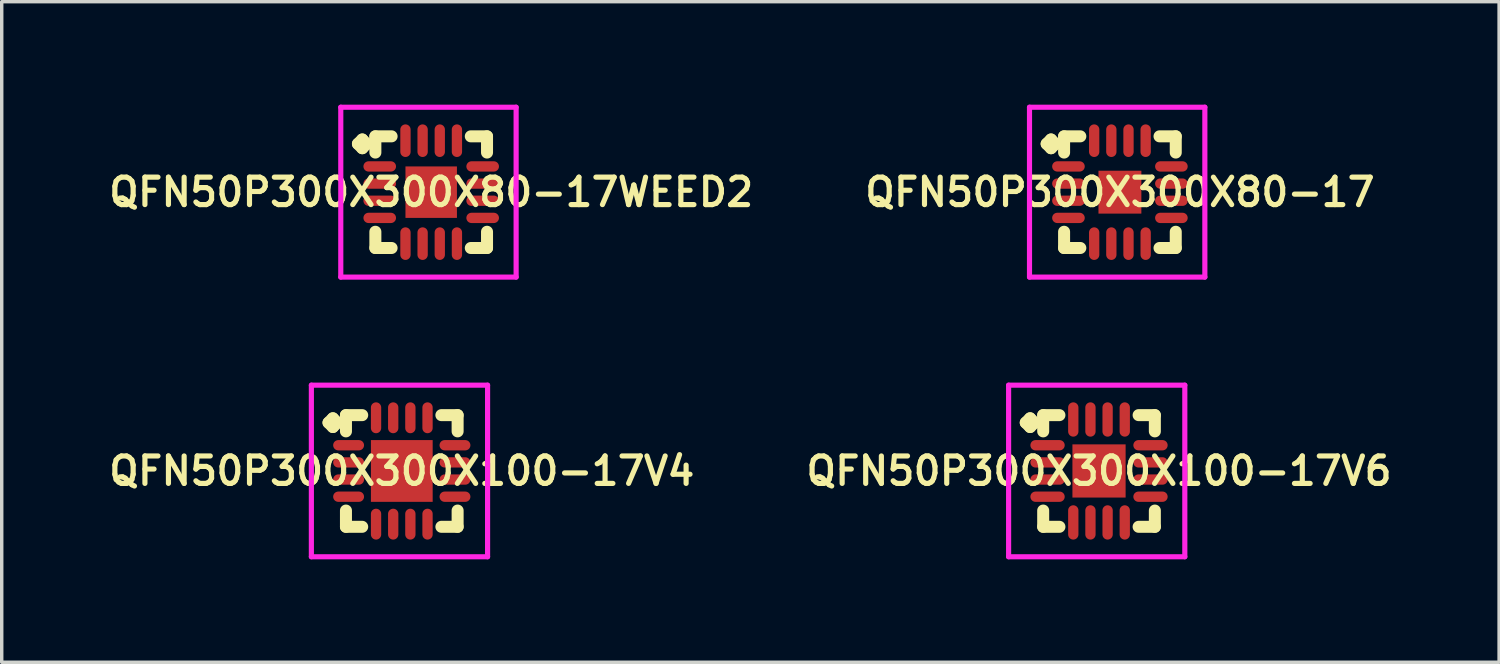
<source format=kicad_pcb>
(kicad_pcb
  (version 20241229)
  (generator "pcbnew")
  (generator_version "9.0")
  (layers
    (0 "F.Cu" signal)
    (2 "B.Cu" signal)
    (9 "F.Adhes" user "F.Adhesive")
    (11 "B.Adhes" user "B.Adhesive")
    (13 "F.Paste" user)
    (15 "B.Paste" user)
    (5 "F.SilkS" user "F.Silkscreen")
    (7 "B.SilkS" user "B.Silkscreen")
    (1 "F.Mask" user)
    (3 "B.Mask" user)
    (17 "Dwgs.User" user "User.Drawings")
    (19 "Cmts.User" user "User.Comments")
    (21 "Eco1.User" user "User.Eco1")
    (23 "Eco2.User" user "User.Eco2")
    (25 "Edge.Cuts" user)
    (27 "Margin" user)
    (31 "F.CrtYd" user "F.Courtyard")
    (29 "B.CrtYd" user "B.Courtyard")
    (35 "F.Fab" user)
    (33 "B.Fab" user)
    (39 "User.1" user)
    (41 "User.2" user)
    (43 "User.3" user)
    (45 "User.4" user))
  (footprint "QFN50P300X300X80-17"
    (layer "F.Cu")
    (at 29.587 2.55)
    (property "Reference" "QFN50P300X300X80-17" (at 0 0 0) (layer "F.SilkS") (effects (font (size 0.8 0.8) (thickness 0.15))))
    (attr smd)
    (fp_line (start -2.135 -1.408) (end -2.008 -1.535) (stroke (width 0.35) (type solid)) (layer "F.SilkS"))
    (fp_line (start -2.008 -1.535) (end -1.881 -1.408) (stroke (width 0.35) (type solid)) (layer "F.SilkS"))
    (fp_line (start -2.008 -1.281) (end -2.135 -1.408) (stroke (width 0.35) (type solid)) (layer "F.SilkS"))
    (fp_line (start -1.881 -1.408) (end -2.008 -1.281) (stroke (width 0.35) (type solid)) (layer "F.SilkS"))
    (fp_line (start -1.627 -1.627) (end -1.154 -1.627) (stroke (width 0.35) (type solid)) (layer "F.SilkS"))
    (fp_line (start -1.627 -1.154) (end -1.627 -1.627) (stroke (width 0.35) (type solid)) (layer "F.SilkS"))
    (fp_line (start -1.627 1.154) (end -1.627 1.627) (stroke (width 0.35) (type solid)) (layer "F.SilkS"))
    (fp_line (start -1.627 1.627) (end -1.154 1.627) (stroke (width 0.35) (type solid)) (layer "F.SilkS"))
    (fp_line (start 1.154 -1.627) (end 1.627 -1.627) (stroke (width 0.35) (type solid)) (layer "F.SilkS"))
    (fp_line (start 1.154 1.627) (end 1.627 1.627) (stroke (width 0.35) (type solid)) (layer "F.SilkS"))
    (fp_line (start 1.627 -1.627) (end 1.627 -1.154) (stroke (width 0.35) (type solid)) (layer "F.SilkS"))
    (fp_line (start 1.627 1.627) (end 1.627 1.154) (stroke (width 0.35) (type solid)) (layer "F.SilkS"))
    (fp_line (start -2.635 -2.475) (end 2.475 -2.475) (stroke (width 0.15) (type solid)) (layer "F.CrtYd"))
    (fp_line (start -2.635 2.475) (end -2.635 -2.475) (stroke (width 0.15) (type solid)) (layer "F.CrtYd"))
    (fp_line (start 2.475 -2.475) (end 2.475 2.475) (stroke (width 0.15) (type solid)) (layer "F.CrtYd"))
    (fp_line (start 2.475 2.475) (end -2.635 2.475) (stroke (width 0.15) (type solid)) (layer "F.CrtYd"))
    (pad "1" smd oval (at -1.5 -0.75) (size 0.95 0.3) (layers "F.Cu" "F.Mask" "F.Paste"))
    (pad "2" smd oval (at -1.5 -0.25) (size 0.95 0.3) (layers "F.Cu" "F.Mask" "F.Paste"))
    (pad "3" smd oval (at -1.5 0.25) (size 0.95 0.3) (layers "F.Cu" "F.Mask" "F.Paste"))
    (pad "4" smd oval (at -1.5 0.75) (size 0.95 0.3) (layers "F.Cu" "F.Mask" "F.Paste"))
    (pad "5" smd oval (at -0.75 1.5) (size 0.3 0.95) (layers "F.Cu" "F.Mask" "F.Paste"))
    (pad "6" smd oval (at -0.25 1.5) (size 0.3 0.95) (layers "F.Cu" "F.Mask" "F.Paste"))
    (pad "7" smd oval (at 0.25 1.5) (size 0.3 0.95) (layers "F.Cu" "F.Mask" "F.Paste"))
    (pad "8" smd oval (at 0.75 1.5) (size 0.3 0.95) (layers "F.Cu" "F.Mask" "F.Paste"))
    (pad "9" smd oval (at 1.5 0.75) (size 0.95 0.3) (layers "F.Cu" "F.Mask" "F.Paste"))
    (pad "10" smd oval (at 1.5 0.25) (size 0.95 0.3) (layers "F.Cu" "F.Mask" "F.Paste"))
    (pad "11" smd oval (at 1.5 -0.25) (size 0.95 0.3) (layers "F.Cu" "F.Mask" "F.Paste"))
    (pad "12" smd oval (at 1.5 -0.75) (size 0.95 0.3) (layers "F.Cu" "F.Mask" "F.Paste"))
    (pad "13" smd oval (at 0.75 -1.5) (size 0.3 0.95) (layers "F.Cu" "F.Mask" "F.Paste"))
    (pad "14" smd oval (at 0.25 -1.5) (size 0.3 0.95) (layers "F.Cu" "F.Mask" "F.Paste"))
    (pad "15" smd oval (at -0.25 -1.5) (size 0.3 0.95) (layers "F.Cu" "F.Mask" "F.Paste"))
    (pad "16" smd oval (at -0.75 -1.5) (size 0.3 0.95) (layers "F.Cu" "F.Mask" "F.Paste"))
    (pad "17" smd rect (at 0 0) (size 1.25 1.25) (layers "F.Cu" "F.Mask" "F.Paste")))
  (footprint "QFN50P300X300X100-17V6"
    (layer "F.Cu")
    (at 28.978 10.675)
    (property "Reference" "QFN50P300X300X100-17V6" (at 0 0 0) (layer "F.SilkS") (effects (font (size 0.8 0.8) (thickness 0.15))))
    (attr smd)
    (fp_line (start -2.135 -1.408) (end -2.008 -1.535) (stroke (width 0.35) (type solid)) (layer "F.SilkS"))
    (fp_line (start -2.008 -1.535) (end -1.881 -1.408) (stroke (width 0.35) (type solid)) (layer "F.SilkS"))
    (fp_line (start -2.008 -1.281) (end -2.135 -1.408) (stroke (width 0.35) (type solid)) (layer "F.SilkS"))
    (fp_line (start -1.881 -1.408) (end -2.008 -1.281) (stroke (width 0.35) (type solid)) (layer "F.SilkS"))
    (fp_line (start -1.627 -1.627) (end -1.154 -1.627) (stroke (width 0.35) (type solid)) (layer "F.SilkS"))
    (fp_line (start -1.627 -1.154) (end -1.627 -1.627) (stroke (width 0.35) (type solid)) (layer "F.SilkS"))
    (fp_line (start -1.627 1.154) (end -1.627 1.627) (stroke (width 0.35) (type solid)) (layer "F.SilkS"))
    (fp_line (start -1.627 1.627) (end -1.154 1.627) (stroke (width 0.35) (type solid)) (layer "F.SilkS"))
    (fp_line (start 1.154 -1.627) (end 1.627 -1.627) (stroke (width 0.35) (type solid)) (layer "F.SilkS"))
    (fp_line (start 1.154 1.627) (end 1.627 1.627) (stroke (width 0.35) (type solid)) (layer "F.SilkS"))
    (fp_line (start 1.627 -1.627) (end 1.627 -1.154) (stroke (width 0.35) (type solid)) (layer "F.SilkS"))
    (fp_line (start 1.627 1.627) (end 1.627 1.154) (stroke (width 0.35) (type solid)) (layer "F.SilkS"))
    (fp_line (start -2.635 -2.5) (end 2.5 -2.5) (stroke (width 0.15) (type solid)) (layer "F.CrtYd"))
    (fp_line (start -2.635 2.5) (end -2.635 -2.5) (stroke (width 0.15) (type solid)) (layer "F.CrtYd"))
    (fp_line (start 2.5 -2.5) (end 2.5 2.5) (stroke (width 0.15) (type solid)) (layer "F.CrtYd"))
    (fp_line (start 2.5 2.5) (end -2.635 2.5) (stroke (width 0.15) (type solid)) (layer "F.CrtYd"))
    (pad "1" smd oval (at -1.5 -0.75) (size 1 0.3) (layers "F.Cu" "F.Mask" "F.Paste"))
    (pad "2" smd oval (at -1.5 -0.25) (size 1 0.3) (layers "F.Cu" "F.Mask" "F.Paste"))
    (pad "3" smd oval (at -1.5 0.25) (size 1 0.3) (layers "F.Cu" "F.Mask" "F.Paste"))
    (pad "4" smd oval (at -1.5 0.75) (size 1 0.3) (layers "F.Cu" "F.Mask" "F.Paste"))
    (pad "5" smd oval (at -0.75 1.5) (size 0.3 1) (layers "F.Cu" "F.Mask" "F.Paste"))
    (pad "6" smd oval (at -0.25 1.5) (size 0.3 1) (layers "F.Cu" "F.Mask" "F.Paste"))
    (pad "7" smd oval (at 0.25 1.5) (size 0.3 1) (layers "F.Cu" "F.Mask" "F.Paste"))
    (pad "8" smd oval (at 0.75 1.5) (size 0.3 1) (layers "F.Cu" "F.Mask" "F.Paste"))
    (pad "9" smd oval (at 1.5 0.75) (size 1 0.3) (layers "F.Cu" "F.Mask" "F.Paste"))
    (pad "10" smd oval (at 1.5 0.25) (size 1 0.3) (layers "F.Cu" "F.Mask" "F.Paste"))
    (pad "11" smd oval (at 1.5 -0.25) (size 1 0.3) (layers "F.Cu" "F.Mask" "F.Paste"))
    (pad "12" smd oval (at 1.5 -0.75) (size 1 0.3) (layers "F.Cu" "F.Mask" "F.Paste"))
    (pad "13" smd oval (at 0.75 -1.5) (size 0.3 1) (layers "F.Cu" "F.Mask" "F.Paste"))
    (pad "14" smd oval (at 0.25 -1.5) (size 0.3 1) (layers "F.Cu" "F.Mask" "F.Paste"))
    (pad "15" smd oval (at -0.25 -1.5) (size 0.3 1) (layers "F.Cu" "F.Mask" "F.Paste"))
    (pad "16" smd oval (at -0.75 -1.5) (size 0.3 1) (layers "F.Cu" "F.Mask" "F.Paste"))
    (pad "17" smd rect (at 0 0) (size 1.55 1.55) (layers "F.Cu" "F.Mask" "F.Paste")))
  (footprint "QFN50P300X300X100-17V4"
    (layer "F.Cu")
    (at 8.659 10.675)
    (property "Reference" "QFN50P300X300X100-17V4" (at 0 0 0) (layer "F.SilkS") (effects (font (size 0.8 0.8) (thickness 0.15))))
    (attr smd)
    (fp_line (start -2.135 -1.408) (end -2.008 -1.535) (stroke (width 0.35) (type solid)) (layer "F.SilkS"))
    (fp_line (start -2.008 -1.535) (end -1.881 -1.408) (stroke (width 0.35) (type solid)) (layer "F.SilkS"))
    (fp_line (start -2.008 -1.281) (end -2.135 -1.408) (stroke (width 0.35) (type solid)) (layer "F.SilkS"))
    (fp_line (start -1.881 -1.408) (end -2.008 -1.281) (stroke (width 0.35) (type solid)) (layer "F.SilkS"))
    (fp_line (start -1.627 -1.627) (end -1.154 -1.627) (stroke (width 0.35) (type solid)) (layer "F.SilkS"))
    (fp_line (start -1.627 -1.154) (end -1.627 -1.627) (stroke (width 0.35) (type solid)) (layer "F.SilkS"))
    (fp_line (start -1.627 1.154) (end -1.627 1.627) (stroke (width 0.35) (type solid)) (layer "F.SilkS"))
    (fp_line (start -1.627 1.627) (end -1.154 1.627) (stroke (width 0.35) (type solid)) (layer "F.SilkS"))
    (fp_line (start 1.154 -1.627) (end 1.627 -1.627) (stroke (width 0.35) (type solid)) (layer "F.SilkS"))
    (fp_line (start 1.154 1.627) (end 1.627 1.627) (stroke (width 0.35) (type solid)) (layer "F.SilkS"))
    (fp_line (start 1.627 -1.627) (end 1.627 -1.154) (stroke (width 0.35) (type solid)) (layer "F.SilkS"))
    (fp_line (start 1.627 1.627) (end 1.627 1.154) (stroke (width 0.35) (type solid)) (layer "F.SilkS"))
    (fp_line (start -2.635 -2.5) (end 2.5 -2.5) (stroke (width 0.15) (type solid)) (layer "F.CrtYd"))
    (fp_line (start -2.635 2.5) (end -2.635 -2.5) (stroke (width 0.15) (type solid)) (layer "F.CrtYd"))
    (fp_line (start 2.5 -2.5) (end 2.5 2.5) (stroke (width 0.15) (type solid)) (layer "F.CrtYd"))
    (fp_line (start 2.5 2.5) (end -2.635 2.5) (stroke (width 0.15) (type solid)) (layer "F.CrtYd"))
    (pad "1" smd oval (at -1.55 -0.75) (size 0.9 0.3) (layers "F.Cu" "F.Mask" "F.Paste"))
    (pad "2" smd oval (at -1.55 -0.25) (size 0.9 0.3) (layers "F.Cu" "F.Mask" "F.Paste"))
    (pad "3" smd oval (at -1.55 0.25) (size 0.9 0.3) (layers "F.Cu" "F.Mask" "F.Paste"))
    (pad "4" smd oval (at -1.55 0.75) (size 0.9 0.3) (layers "F.Cu" "F.Mask" "F.Paste"))
    (pad "5" smd oval (at -0.75 1.55) (size 0.3 0.9) (layers "F.Cu" "F.Mask" "F.Paste"))
    (pad "6" smd oval (at -0.25 1.55) (size 0.3 0.9) (layers "F.Cu" "F.Mask" "F.Paste"))
    (pad "7" smd oval (at 0.25 1.55) (size 0.3 0.9) (layers "F.Cu" "F.Mask" "F.Paste"))
    (pad "8" smd oval (at 0.75 1.55) (size 0.3 0.9) (layers "F.Cu" "F.Mask" "F.Paste"))
    (pad "9" smd oval (at 1.55 0.75) (size 0.9 0.3) (layers "F.Cu" "F.Mask" "F.Paste"))
    (pad "10" smd oval (at 1.55 0.25) (size 0.9 0.3) (layers "F.Cu" "F.Mask" "F.Paste"))
    (pad "11" smd oval (at 1.55 -0.25) (size 0.9 0.3) (layers "F.Cu" "F.Mask" "F.Paste"))
    (pad "12" smd oval (at 1.55 -0.75) (size 0.9 0.3) (layers "F.Cu" "F.Mask" "F.Paste"))
    (pad "13" smd oval (at 0.75 -1.55) (size 0.3 0.9) (layers "F.Cu" "F.Mask" "F.Paste"))
    (pad "14" smd oval (at 0.25 -1.55) (size 0.3 0.9) (layers "F.Cu" "F.Mask" "F.Paste"))
    (pad "15" smd oval (at -0.25 -1.55) (size 0.3 0.9) (layers "F.Cu" "F.Mask" "F.Paste"))
    (pad "16" smd oval (at -0.75 -1.55) (size 0.3 0.9) (layers "F.Cu" "F.Mask" "F.Paste"))
    (pad "17" smd rect (at 0 0) (size 1.8 1.8) (layers "F.Cu" "F.Mask" "F.Paste")))
  (footprint "QFN50P300X300X80-17WEED2"
    (layer "F.Cu")
    (at 9.516 2.55)
    (property "Reference" "QFN50P300X300X80-17WEED2" (at 0 0 0) (layer "F.SilkS") (effects (font (size 0.8 0.8) (thickness 0.15))))
    (attr smd)
    (fp_line (start -2.135 -1.408) (end -2.008 -1.535) (stroke (width 0.35) (type solid)) (layer "F.SilkS"))
    (fp_line (start -2.008 -1.535) (end -1.881 -1.408) (stroke (width 0.35) (type solid)) (layer "F.SilkS"))
    (fp_line (start -2.008 -1.281) (end -2.135 -1.408) (stroke (width 0.35) (type solid)) (layer "F.SilkS"))
    (fp_line (start -1.881 -1.408) (end -2.008 -1.281) (stroke (width 0.35) (type solid)) (layer "F.SilkS"))
    (fp_line (start -1.627 -1.627) (end -1.154 -1.627) (stroke (width 0.35) (type solid)) (layer "F.SilkS"))
    (fp_line (start -1.627 -1.154) (end -1.627 -1.627) (stroke (width 0.35) (type solid)) (layer "F.SilkS"))
    (fp_line (start -1.627 1.154) (end -1.627 1.627) (stroke (width 0.35) (type solid)) (layer "F.SilkS"))
    (fp_line (start -1.627 1.627) (end -1.154 1.627) (stroke (width 0.35) (type solid)) (layer "F.SilkS"))
    (fp_line (start 1.154 -1.627) (end 1.627 -1.627) (stroke (width 0.35) (type solid)) (layer "F.SilkS"))
    (fp_line (start 1.154 1.627) (end 1.627 1.627) (stroke (width 0.35) (type solid)) (layer "F.SilkS"))
    (fp_line (start 1.627 -1.627) (end 1.627 -1.154) (stroke (width 0.35) (type solid)) (layer "F.SilkS"))
    (fp_line (start 1.627 1.627) (end 1.627 1.154) (stroke (width 0.35) (type solid)) (layer "F.SilkS"))
    (fp_line (start -2.635 -2.475) (end 2.475 -2.475) (stroke (width 0.15) (type solid)) (layer "F.CrtYd"))
    (fp_line (start -2.635 2.475) (end -2.635 -2.475) (stroke (width 0.15) (type solid)) (layer "F.CrtYd"))
    (fp_line (start 2.475 -2.475) (end 2.475 2.475) (stroke (width 0.15) (type solid)) (layer "F.CrtYd"))
    (fp_line (start 2.475 2.475) (end -2.635 2.475) (stroke (width 0.15) (type solid)) (layer "F.CrtYd"))
    (pad "1" smd oval (at -1.5 -0.75) (size 0.95 0.3) (layers "F.Cu" "F.Mask" "F.Paste"))
    (pad "2" smd oval (at -1.5 -0.25) (size 0.95 0.3) (layers "F.Cu" "F.Mask" "F.Paste"))
    (pad "3" smd oval (at -1.5 0.25) (size 0.95 0.3) (layers "F.Cu" "F.Mask" "F.Paste"))
    (pad "4" smd oval (at -1.5 0.75) (size 0.95 0.3) (layers "F.Cu" "F.Mask" "F.Paste"))
    (pad "5" smd oval (at -0.75 1.5) (size 0.3 0.95) (layers "F.Cu" "F.Mask" "F.Paste"))
    (pad "6" smd oval (at -0.25 1.5) (size 0.3 0.95) (layers "F.Cu" "F.Mask" "F.Paste"))
    (pad "7" smd oval (at 0.25 1.5) (size 0.3 0.95) (layers "F.Cu" "F.Mask" "F.Paste"))
    (pad "8" smd oval (at 0.75 1.5) (size 0.3 0.95) (layers "F.Cu" "F.Mask" "F.Paste"))
    (pad "9" smd oval (at 1.5 0.75) (size 0.95 0.3) (layers "F.Cu" "F.Mask" "F.Paste"))
    (pad "10" smd oval (at 1.5 0.25) (size 0.95 0.3) (layers "F.Cu" "F.Mask" "F.Paste"))
    (pad "11" smd oval (at 1.5 -0.25) (size 0.95 0.3) (layers "F.Cu" "F.Mask" "F.Paste"))
    (pad "12" smd oval (at 1.5 -0.75) (size 0.95 0.3) (layers "F.Cu" "F.Mask" "F.Paste"))
    (pad "13" smd oval (at 0.75 -1.5) (size 0.3 0.95) (layers "F.Cu" "F.Mask" "F.Paste"))
    (pad "14" smd oval (at 0.25 -1.5) (size 0.3 0.95) (layers "F.Cu" "F.Mask" "F.Paste"))
    (pad "15" smd oval (at -0.25 -1.5) (size 0.3 0.95) (layers "F.Cu" "F.Mask" "F.Paste"))
    (pad "16" smd oval (at -0.75 -1.5) (size 0.3 0.95) (layers "F.Cu" "F.Mask" "F.Paste"))
    (pad "17" smd rect (at 0 0) (size 1.5 1.5) (layers "F.Cu" "F.Mask" "F.Paste")))
  (gr_rect
    (start -3 -3)
    (end 40.637 16.25)
    (stroke (width 0.1) (type default))
    (fill no)
    (layer "Edge.Cuts")))
</source>
